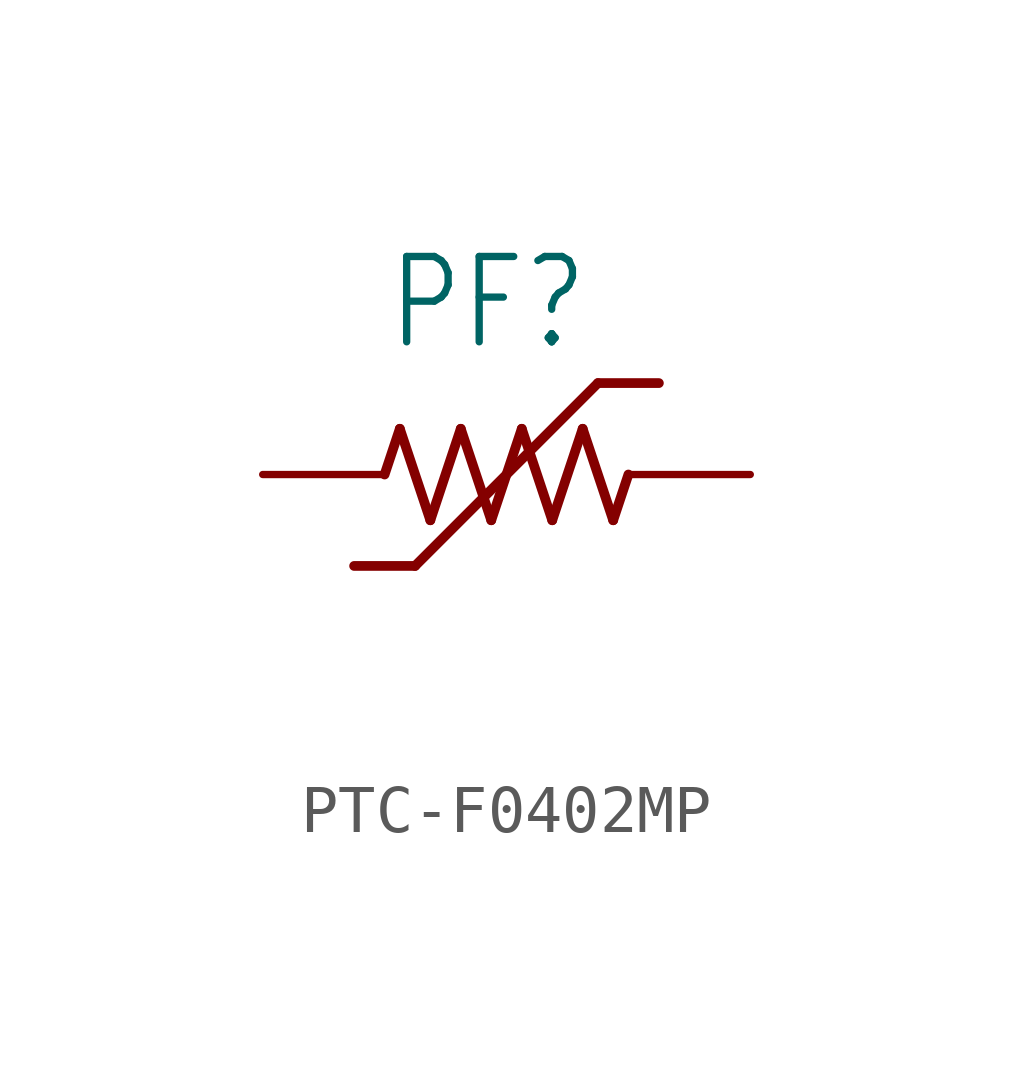
<source format=kicad_sym>
(kicad_symbol_lib
  (version 20231120)
  (generator "kicad_symbol_editor")
  (generator_version "8.0")
  (symbol "PTC-F0402MP"
    (property "Reference" "PF"
      (at -2.54 2.54 0)
      (effects (font (size 1.778 1.511)) (justify left bottom)))
    (property "Value" ""
      (at -5.08 -5.08 0)
      (effects (font (size 1.778 1.511)) (justify left bottom)))
    (property "ki_locked" ""
      (at 0 0 0)
      (effects (font (size 1.27 1.27))))
    (symbol "PTC-F0402MP_1_0"
      (polyline (pts (xy -2.54 0) (xy -2.223 0.953)) (stroke (width 0.203) (type solid)) (fill (type none)))
      (polyline (pts (xy -2.223 0.953) (xy -1.587 -0.953)) (stroke (width 0.203) (type solid)) (fill (type none)))
      (polyline (pts (xy -1.905 -1.905) (xy -3.175 -1.905)) (stroke (width 0.203) (type solid)) (fill (type none)))
      (polyline (pts (xy -1.587 -0.953) (xy -0.953 0.953)) (stroke (width 0.203) (type solid)) (fill (type none)))
      (polyline (pts (xy -0.953 0.953) (xy -0.318 -0.953)) (stroke (width 0.203) (type solid)) (fill (type none)))
      (polyline (pts (xy -0.318 -0.953) (xy 0.318 0.953)) (stroke (width 0.203) (type solid)) (fill (type none)))
      (polyline (pts (xy 0.318 0.953) (xy 0.953 -0.953)) (stroke (width 0.203) (type solid)) (fill (type none)))
      (polyline (pts (xy 0.953 -0.953) (xy 1.587 0.953)) (stroke (width 0.203) (type solid)) (fill (type none)))
      (polyline (pts (xy 1.587 0.953) (xy 2.223 -0.953)) (stroke (width 0.203) (type solid)) (fill (type none)))
      (polyline (pts (xy 1.905 1.905) (xy -1.905 -1.905)) (stroke (width 0.203) (type solid)) (fill (type none)))
      (polyline (pts (xy 2.223 -0.953) (xy 2.54 0)) (stroke (width 0.203) (type solid)) (fill (type none)))
      (polyline (pts (xy 3.175 1.905) (xy 1.905 1.905)) (stroke (width 0.203) (type solid)) (fill (type none)))
      (pin passive line (at -5.08 0 0) (length 2.54) (name "1" (effects (font (size 0 0)))) (number "1" (effects (font (size 0 0)))))
      (pin passive line (at 5.08 0 180) (length 2.54) (name "2" (effects (font (size 0 0)))) (number "2" (effects (font (size 0 0))))))))
</source>
